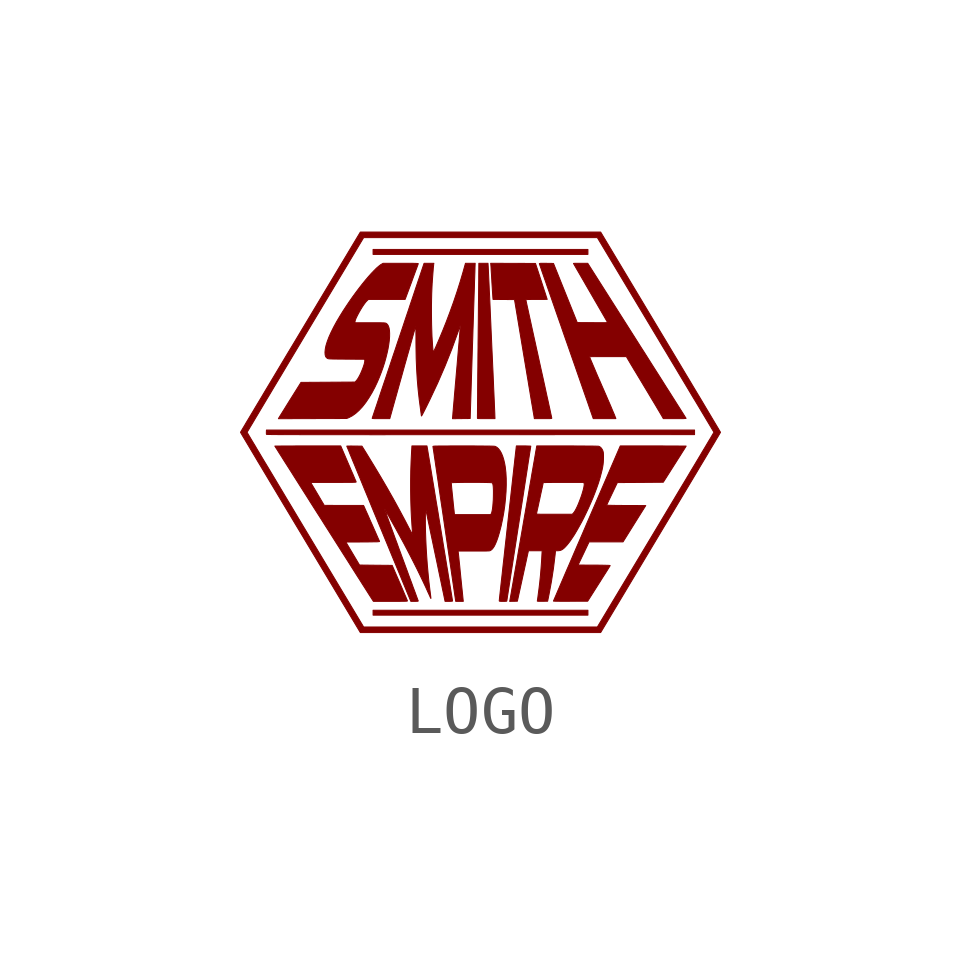
<source format=kicad_sym>
(kicad_symbol_lib
  (version 20210619)
  (generator bitmap2component)
  (symbol "LOGO"
    (pin_names
      (offset 1.016))
    (property "Reference" "#G"
      (at 0 3.531 0)
      (effects (font (size 1.27 1.27)) hide))
    (symbol "LOGO_0_0"
      (polyline (pts (xy 3.749 -2.092) (xy 3.831 -1.955) (xy 3.923 -1.802) (xy 4.013 -1.653) (xy 4.1 -1.507) (xy 4.185 -1.365) (xy 4.267 -1.228) (xy 4.346 -1.096) (xy 4.422 -0.969) (xy 4.494 -0.849) (xy 4.562 -0.734) (xy 4.627 -0.626) (xy 4.687 -0.526) (xy 4.742 -0.433) (xy 4.793 -0.347) (xy 4.839 -0.271) (xy 4.88 -0.203) (xy 4.914 -0.144) (xy 4.944 -0.095) (xy 4.967 -0.056) (xy 4.984 -0.027) (xy 4.994 -0.01) (xy 4.997 -0.003) (xy 4.995 0.002) (xy 4.985 0.018) (xy 4.969 0.045) (xy 4.947 0.083) (xy 4.918 0.131) (xy 4.884 0.188) (xy 4.844 0.255) (xy 4.799 0.331) (xy 4.749 0.415) (xy 4.694 0.507) (xy 4.635 0.607) (xy 4.571 0.714) (xy 4.503 0.827) (xy 4.431 0.947) (xy 4.356 1.073) (xy 4.277 1.204) (xy 4.195 1.341) (xy 4.111 1.482) (xy 4.024 1.627) (xy 3.934 1.777) (xy 3.843 1.929) (xy 3.749 2.085) (xy 2.502 4.166) (xy -2.502 4.166) (xy -3.749 2.085) (xy -3.831 1.948) (xy -3.923 1.795) (xy -4.013 1.646) (xy -4.1 1.5) (xy -4.185 1.358) (xy -4.267 1.221) (xy -4.346 1.089) (xy -4.422 0.962) (xy -4.494 0.842) (xy -4.562 0.727) (xy -4.627 0.619) (xy -4.687 0.519) (xy -4.742 0.426) (xy -4.793 0.341) (xy -4.839 0.264) (xy -4.88 0.196) (xy -4.914 0.137) (xy -4.944 0.088) (xy -4.967 0.049) (xy -4.984 0.021) (xy -4.994 0.003) (xy -4.997 -0.003) (xy -4.859 -0.003) (xy -4.858 -0.001) (xy -4.851 0.012) (xy -4.837 0.035) (xy -4.816 0.07) (xy -4.79 0.115) (xy -4.757 0.169) (xy -4.719 0.233) (xy -4.676 0.306) (xy -4.627 0.387) (xy -4.574 0.477) (xy -4.516 0.574) (xy -4.454 0.678) (xy -4.387 0.789) (xy -4.317 0.907) (xy -4.243 1.031) (xy -4.165 1.16) (xy -4.085 1.294) (xy -4.002 1.433) (xy -3.916 1.576) (xy -3.828 1.723) (xy -3.738 1.873) (xy -3.646 2.027) (xy -2.433 4.05) (xy 2.433 4.05) (xy 3.646 2.027) (xy 3.699 1.939) (xy 3.789 1.787) (xy 3.879 1.639) (xy 3.965 1.494) (xy 4.05 1.353) (xy 4.131 1.217) (xy 4.21 1.085) (xy 4.285 0.96) (xy 4.357 0.839) (xy 4.425 0.725) (xy 4.49 0.618) (xy 4.55 0.518) (xy 4.605 0.425) (xy 4.656 0.34) (xy 4.701 0.264) (xy 4.742 0.196) (xy 4.777 0.137) (xy 4.806 0.088) (xy 4.829 0.049) (xy 4.846 0.021) (xy 4.856 0.003) (xy 4.859 -0.003) (xy 4.858 -0.006) (xy 4.851 -0.018) (xy 4.837 -0.042) (xy 4.816 -0.077) (xy 4.79 -0.122) (xy 4.757 -0.176) (xy 4.719 -0.24) (xy 4.676 -0.313) (xy 4.627 -0.394) (xy 4.574 -0.484) (xy 4.516 -0.581) (xy 4.454 -0.685) (xy 4.387 -0.796) (xy 4.317 -0.914) (xy 4.243 -1.038) (xy 4.165 -1.167) (xy 4.085 -1.301) (xy 4.002 -1.44) (xy 3.916 -1.583) (xy 3.828 -1.73) (xy 3.738 -1.88) (xy 3.646 -2.034) (xy 2.433 -4.057) (xy -2.433 -4.057) (xy -3.646 -2.034) (xy -3.699 -1.946) (xy -3.79 -1.794) (xy -3.879 -1.645) (xy -3.965 -1.501) (xy -4.05 -1.36) (xy -4.131 -1.224) (xy -4.21 -1.092) (xy -4.285 -0.966) (xy -4.357 -0.846) (xy -4.425 -0.732) (xy -4.49 -0.625) (xy -4.55 -0.525) (xy -4.605 -0.432) (xy -4.656 -0.347) (xy -4.701 -0.27) (xy -4.742 -0.203) (xy -4.777 -0.144) (xy -4.806 -0.095) (xy -4.829 -0.056) (xy -4.846 -0.027) (xy -4.856 -0.01) (xy -4.859 -0.003) (xy -4.997 -0.003) (xy -4.995 -0.008) (xy -4.985 -0.025) (xy -4.969 -0.052) (xy -4.947 -0.09) (xy -4.918 -0.138) (xy -4.884 -0.195) (xy -4.844 -0.262) (xy -4.799 -0.338) (xy -4.749 -0.422) (xy -4.694 -0.514) (xy -4.635 -0.614) (xy -4.571 -0.72) (xy -4.503 -0.834) (xy -4.431 -0.954) (xy -4.356 -1.08) (xy -4.277 -1.211) (xy -4.195 -1.348) (xy -4.111 -1.489) (xy -4.024 -1.634) (xy -3.934 -1.784) (xy -3.843 -1.936) (xy -3.749 -2.092) (xy -2.502 -4.173) (xy 2.502 -4.173) (xy 3.749 -2.092)) (stroke (width 0.01)) (fill (type outline)))
      (polyline (pts (xy 2.237 -3.708) (xy -2.237 -3.708) (xy -2.237 -3.81) (xy 2.237 -3.81) (xy 2.237 -3.708)) (stroke (width 0.01)) (fill (type outline)))
      (polyline (pts (xy -1.685 -3.523) (xy -1.638 -3.522) (xy -1.601 -3.522) (xy -1.573 -3.521) (xy -1.552 -3.521) (xy -1.538 -3.519) (xy -1.528 -3.518) (xy -1.523 -3.516) (xy -1.521 -3.514) (xy -1.522 -3.511) (xy -1.524 -3.505) (xy -1.531 -3.488) (xy -1.543 -3.46) (xy -1.559 -3.422) (xy -1.579 -3.377) (xy -1.601 -3.325) (xy -1.626 -3.266) (xy -1.653 -3.203) (xy -1.682 -3.136) (xy -1.839 -2.774) (xy -2.179 -2.771) (xy -2.519 -2.767) (xy -2.661 -2.528) (xy -2.803 -2.288) (xy -2.451 -2.287) (xy -2.415 -2.286) (xy -2.339 -2.286) (xy -2.275 -2.285) (xy -2.223 -2.284) (xy -2.182 -2.284) (xy -2.15 -2.283) (xy -2.127 -2.281) (xy -2.112 -2.28) (xy -2.104 -2.278) (xy -2.102 -2.276) (xy -2.106 -2.266) (xy -2.115 -2.245) (xy -2.129 -2.215) (xy -2.146 -2.176) (xy -2.166 -2.131) (xy -2.188 -2.08) (xy -2.213 -2.025) (xy -2.238 -1.967) (xy -2.264 -1.908) (xy -2.291 -1.849) (xy -2.316 -1.791) (xy -2.34 -1.736) (xy -2.363 -1.685) (xy -2.383 -1.641) (xy -2.4 -1.603) (xy -2.413 -1.573) (xy -2.426 -1.544) (xy -2.436 -1.526) (xy -2.844 -1.526) (xy -3.253 -1.525) (xy -3.394 -1.286) (xy -3.536 -1.047) (xy -2.998 -1.047) (xy -2.915 -1.047) (xy -2.843 -1.046) (xy -2.782 -1.046) (xy -2.732 -1.046) (xy -2.691 -1.046) (xy -2.659 -1.045) (xy -2.634 -1.044) (xy -2.615 -1.043) (xy -2.603 -1.042) (xy -2.595 -1.041) (xy -2.59 -1.039) (xy -2.589 -1.037) (xy -2.589 -1.035) (xy -2.592 -1.028) (xy -2.599 -1.01) (xy -2.612 -0.982) (xy -2.628 -0.944) (xy -2.647 -0.898) (xy -2.67 -0.845) (xy -2.696 -0.786) (xy -2.723 -0.722) (xy -2.752 -0.655) (xy -2.91 -0.287) (xy -3.658 -0.287) (xy -3.751 -0.287) (xy -3.839 -0.287) (xy -3.923 -0.288) (xy -3.999 -0.288) (xy -4.069 -0.288) (xy -4.13 -0.288) (xy -4.183 -0.289) (xy -4.225 -0.289) (xy -4.256 -0.29) (xy -4.276 -0.29) (xy -4.282 -0.29) (xy -4.281 -0.293) (xy -4.272 -0.307) (xy -4.257 -0.331) (xy -4.235 -0.365) (xy -4.208 -0.409) (xy -4.175 -0.461) (xy -4.136 -0.522) (xy -4.093 -0.591) (xy -4.045 -0.666) (xy -3.992 -0.749) (xy -3.936 -0.837) (xy -3.877 -0.931) (xy -3.814 -1.03) (xy -3.749 -1.133) (xy -3.681 -1.24) (xy -3.611 -1.35) (xy -3.54 -1.463) (xy -3.467 -1.578) (xy -3.393 -1.694) (xy -3.318 -1.811) (xy -3.244 -1.929) (xy -3.169 -2.046) (xy -3.095 -2.163) (xy -3.022 -2.278) (xy -2.95 -2.391) (xy -2.88 -2.502) (xy -2.811 -2.61) (xy -2.745 -2.714) (xy -2.682 -2.814) (xy -2.621 -2.91) (xy -2.564 -3) (xy -2.51 -3.084) (xy -2.461 -3.162) (xy -2.416 -3.232) (xy -2.376 -3.295) (xy -2.341 -3.35) (xy -2.312 -3.396) (xy -2.288 -3.433) (xy -2.271 -3.46) (xy -2.26 -3.477) (xy -2.23 -3.523) (xy -1.742 -3.523) (xy -1.685 -3.523)) (stroke (width 0.01)) (fill (type outline)))
      (polyline (pts (xy -1.329 -3.522) (xy -1.308 -3.521) (xy -1.298 -3.518) (xy -1.296 -3.514) (xy -1.296 -3.514) (xy -1.3 -3.505) (xy -1.308 -3.483) (xy -1.32 -3.45) (xy -1.336 -3.407) (xy -1.355 -3.354) (xy -1.378 -3.292) (xy -1.405 -3.221) (xy -1.433 -3.142) (xy -1.465 -3.057) (xy -1.499 -2.965) (xy -1.534 -2.868) (xy -1.572 -2.765) (xy -1.611 -2.659) (xy -1.652 -2.549) (xy -1.659 -2.528) (xy -1.7 -2.419) (xy -1.738 -2.313) (xy -1.776 -2.212) (xy -1.811 -2.116) (xy -1.844 -2.026) (xy -1.875 -1.942) (xy -1.903 -1.865) (xy -1.928 -1.797) (xy -1.95 -1.737) (xy -1.968 -1.686) (xy -1.983 -1.645) (xy -1.994 -1.615) (xy -2 -1.596) (xy -2.002 -1.59) (xy -2 -1.593) (xy -1.992 -1.606) (xy -1.978 -1.629) (xy -1.959 -1.662) (xy -1.937 -1.702) (xy -1.91 -1.748) (xy -1.881 -1.8) (xy -1.85 -1.856) (xy -1.817 -1.915) (xy -1.783 -1.976) (xy -1.749 -2.037) (xy -1.716 -2.098) (xy -1.683 -2.158) (xy -1.652 -2.215) (xy -1.623 -2.268) (xy -1.597 -2.316) (xy -1.529 -2.445) (xy -1.459 -2.58) (xy -1.389 -2.717) (xy -1.321 -2.852) (xy -1.257 -2.984) (xy -1.196 -3.111) (xy -1.14 -3.23) (xy -1.091 -3.34) (xy -1.09 -3.341) (xy -1.073 -3.378) (xy -1.058 -3.411) (xy -1.046 -3.438) (xy -1.038 -3.456) (xy -1.033 -3.463) (xy -1.033 -3.463) (xy -1.033 -3.457) (xy -1.034 -3.439) (xy -1.037 -3.413) (xy -1.041 -3.381) (xy -1.054 -3.28) (xy -1.074 -3.115) (xy -1.091 -2.943) (xy -1.107 -2.767) (xy -1.12 -2.588) (xy -1.131 -2.41) (xy -1.139 -2.235) (xy -1.145 -2.066) (xy -1.148 -1.905) (xy -1.148 -1.754) (xy -1.146 -1.576) (xy -0.948 -2.52) (xy -0.93 -2.605) (xy -0.907 -2.714) (xy -0.885 -2.82) (xy -0.864 -2.921) (xy -0.844 -3.016) (xy -0.825 -3.105) (xy -0.808 -3.186) (xy -0.793 -3.26) (xy -0.779 -3.325) (xy -0.767 -3.381) (xy -0.758 -3.427) (xy -0.751 -3.461) (xy -0.746 -3.484) (xy -0.744 -3.494) (xy -0.738 -3.523) (xy -0.66 -3.523) (xy -0.631 -3.523) (xy -0.605 -3.521) (xy -0.588 -3.519) (xy -0.582 -3.517) (xy -0.582 -3.514) (xy -0.584 -3.499) (xy -0.589 -3.472) (xy -0.595 -3.433) (xy -0.603 -3.383) (xy -0.613 -3.323) (xy -0.624 -3.254) (xy -0.637 -3.176) (xy -0.651 -3.089) (xy -0.667 -2.996) (xy -0.683 -2.895) (xy -0.701 -2.789) (xy -0.719 -2.678) (xy -0.738 -2.562) (xy -0.758 -2.442) (xy -0.778 -2.32) (xy -0.798 -2.195) (xy -0.819 -2.068) (xy -0.84 -1.941) (xy -0.862 -1.813) (xy -0.882 -1.686) (xy -0.903 -1.56) (xy -0.924 -1.436) (xy -0.944 -1.315) (xy -0.963 -1.197) (xy -0.982 -1.083) (xy -1 -0.975) (xy -1.017 -0.871) (xy -1.033 -0.774) (xy -1.048 -0.684) (xy -1.062 -0.602) (xy -1.074 -0.528) (xy -1.085 -0.464) (xy -1.094 -0.409) (xy -1.101 -0.365) (xy -1.107 -0.332) (xy -1.11 -0.311) (xy -1.112 -0.303) (xy -1.115 -0.287) (xy -1.428 -0.287) (xy -1.432 -0.357) (xy -1.435 -0.405) (xy -1.445 -0.6) (xy -1.452 -0.802) (xy -1.455 -1.007) (xy -1.455 -1.212) (xy -1.452 -1.415) (xy -1.446 -1.61) (xy -1.437 -1.796) (xy -1.436 -1.799) (xy -1.432 -1.867) (xy -1.428 -1.931) (xy -1.424 -1.989) (xy -1.42 -2.039) (xy -1.417 -2.079) (xy -1.414 -2.11) (xy -1.412 -2.127) (xy -1.413 -2.13) (xy -1.42 -2.121) (xy -1.432 -2.101) (xy -1.45 -2.07) (xy -1.472 -2.029) (xy -1.499 -1.977) (xy -1.56 -1.859) (xy -1.681 -1.632) (xy -1.806 -1.404) (xy -1.938 -1.171) (xy -2.077 -0.933) (xy -2.224 -0.688) (xy -2.379 -0.434) (xy -2.468 -0.291) (xy -2.626 -0.289) (xy -2.653 -0.289) (xy -2.695 -0.288) (xy -2.731 -0.289) (xy -2.759 -0.289) (xy -2.778 -0.29) (xy -2.784 -0.291) (xy -2.784 -0.293) (xy -2.779 -0.305) (xy -2.754 -0.364) (xy -2.735 -0.41) (xy -2.713 -0.466) (xy -2.686 -0.53) (xy -2.656 -0.604) (xy -2.622 -0.685) (xy -2.586 -0.773) (xy -2.547 -0.868) (xy -2.505 -0.969) (xy -2.461 -1.076) (xy -2.416 -1.187) (xy -2.368 -1.302) (xy -2.319 -1.421) (xy -2.269 -1.543) (xy -2.218 -1.667) (xy -2.166 -1.792) (xy -2.114 -1.919) (xy -2.061 -2.045) (xy -2.009 -2.172) (xy -1.957 -2.297) (xy -1.906 -2.421) (xy -1.856 -2.543) (xy -1.807 -2.662) (xy -1.759 -2.777) (xy -1.713 -2.889) (xy -1.669 -2.995) (xy -1.627 -3.097) (xy -1.588 -3.192) (xy -1.551 -3.281) (xy -1.518 -3.362) (xy -1.487 -3.436) (xy -1.46 -3.501) (xy -1.451 -3.523) (xy -1.36 -3.523) (xy -1.329 -3.522)) (stroke (width 0.01)) (fill (type outline)))
      (polyline (pts (xy -0.36 -3.504) (xy -0.361 -3.499) (xy -0.363 -3.481) (xy -0.366 -3.451) (xy -0.37 -3.41) (xy -0.375 -3.36) (xy -0.381 -3.302) (xy -0.388 -3.237) (xy -0.395 -3.166) (xy -0.403 -3.09) (xy -0.411 -3.01) (xy -0.416 -2.958) (xy -0.424 -2.88) (xy -0.431 -2.806) (xy -0.438 -2.738) (xy -0.445 -2.676) (xy -0.45 -2.622) (xy -0.455 -2.576) (xy -0.459 -2.541) (xy -0.461 -2.517) (xy -0.463 -2.506) (xy -0.467 -2.476) (xy -0.139 -2.476) (xy -0.066 -2.476) (xy -0.002 -2.476) (xy 0.05 -2.476) (xy 0.091 -2.476) (xy 0.124 -2.475) (xy 0.15 -2.474) (xy 0.169 -2.473) (xy 0.183 -2.472) (xy 0.194 -2.47) (xy 0.201 -2.467) (xy 0.207 -2.465) (xy 0.213 -2.461) (xy 0.236 -2.444) (xy 0.262 -2.414) (xy 0.288 -2.375) (xy 0.313 -2.324) (xy 0.339 -2.261) (xy 0.365 -2.186) (xy 0.394 -2.09) (xy 0.429 -1.956) (xy 0.459 -1.816) (xy 0.485 -1.672) (xy 0.506 -1.527) (xy 0.521 -1.381) (xy 0.532 -1.238) (xy 0.537 -1.099) (xy 0.536 -0.966) (xy 0.529 -0.841) (xy 0.516 -0.726) (xy 0.506 -0.667) (xy 0.487 -0.583) (xy 0.464 -0.507) (xy 0.438 -0.442) (xy 0.408 -0.388) (xy 0.375 -0.345) (xy 0.34 -0.314) (xy 0.303 -0.295) (xy 0.299 -0.295) (xy 0.286 -0.293) (xy 0.266 -0.292) (xy 0.237 -0.291) (xy 0.2 -0.29) (xy 0.153 -0.289) (xy 0.096 -0.289) (xy 0.029 -0.288) (xy -0.05 -0.288) (xy -0.14 -0.287) (xy -0.243 -0.287) (xy -0.359 -0.287) (xy -0.444 -0.287) (xy -0.541 -0.287) (xy -0.626 -0.287) (xy -0.7 -0.288) (xy -0.763 -0.288) (xy -0.817 -0.288) (xy -0.861 -0.288) (xy -0.898 -0.289) (xy -0.926 -0.29) (xy -0.949 -0.29) (xy -0.965 -0.291) (xy -0.977 -0.293) (xy -0.985 -0.294) (xy -0.989 -0.295) (xy -0.99 -0.297) (xy -0.991 -0.299) (xy -0.989 -0.305) (xy -0.987 -0.325) (xy -0.982 -0.356) (xy -0.975 -0.4) (xy -0.967 -0.455) (xy -0.958 -0.52) (xy -0.946 -0.595) (xy -0.934 -0.68) (xy -0.92 -0.774) (xy -0.905 -0.876) (xy -0.889 -0.985) (xy -0.878 -1.055) (xy -0.609 -1.055) (xy -0.609 -1.055) (xy -0.599 -1.053) (xy -0.577 -1.051) (xy -0.545 -1.05) (xy -0.504 -1.049) (xy -0.455 -1.048) (xy -0.4 -1.047) (xy -0.34 -1.046) (xy -0.277 -1.046) (xy -0.211 -1.046) (xy -0.145 -1.046) (xy -0.08 -1.046) (xy -0.017 -1.046) (xy 0.043 -1.047) (xy 0.097 -1.048) (xy 0.145 -1.049) (xy 0.186 -1.05) (xy 0.217 -1.052) (xy 0.237 -1.054) (xy 0.245 -1.056) (xy 0.253 -1.069) (xy 0.259 -1.091) (xy 0.264 -1.121) (xy 0.267 -1.161) (xy 0.269 -1.212) (xy 0.269 -1.276) (xy 0.268 -1.336) (xy 0.266 -1.411) (xy 0.261 -1.48) (xy 0.256 -1.543) (xy 0.249 -1.599) (xy 0.241 -1.644) (xy 0.232 -1.679) (xy 0.222 -1.702) (xy 0.212 -1.717) (xy -0.54 -1.717) (xy -0.543 -1.702) (xy -0.544 -1.7) (xy -0.545 -1.688) (xy -0.548 -1.663) (xy -0.551 -1.629) (xy -0.556 -1.587) (xy -0.561 -1.539) (xy -0.567 -1.485) (xy -0.572 -1.429) (xy -0.578 -1.371) (xy -0.584 -1.313) (xy -0.59 -1.257) (xy -0.595 -1.205) (xy -0.6 -1.158) (xy -0.603 -1.117) (xy -0.606 -1.086) (xy -0.608 -1.065) (xy -0.609 -1.055) (xy -0.878 -1.055) (xy -0.872 -1.102) (xy -0.854 -1.225) (xy -0.835 -1.354) (xy -0.815 -1.488) (xy -0.794 -1.627) (xy -0.773 -1.77) (xy -0.752 -1.917) (xy -0.516 -3.523) (xy -0.358 -3.523) (xy -0.36 -3.504)) (stroke (width 0.01)) (fill (type outline)))
      (polyline (pts (xy 0.498 -3.523) (xy 0.523 -3.522) (xy 0.541 -3.52) (xy 0.547 -3.519) (xy 0.548 -3.513) (xy 0.551 -3.494) (xy 0.556 -3.462) (xy 0.562 -3.419) (xy 0.571 -3.365) (xy 0.581 -3.3) (xy 0.593 -3.224) (xy 0.606 -3.14) (xy 0.62 -3.047) (xy 0.636 -2.945) (xy 0.653 -2.836) (xy 0.671 -2.719) (xy 0.69 -2.596) (xy 0.71 -2.467) (xy 0.731 -2.333) (xy 0.752 -2.195) (xy 0.774 -2.051) (xy 0.797 -1.905) (xy 0.818 -1.77) (xy 0.84 -1.626) (xy 0.862 -1.487) (xy 0.883 -1.353) (xy 0.903 -1.223) (xy 0.922 -1.1) (xy 0.94 -0.983) (xy 0.957 -0.873) (xy 0.973 -0.771) (xy 0.987 -0.677) (xy 1 -0.592) (xy 1.012 -0.516) (xy 1.022 -0.45) (xy 1.031 -0.395) (xy 1.038 -0.351) (xy 1.043 -0.318) (xy 1.046 -0.298) (xy 1.047 -0.291) (xy 1.045 -0.291) (xy 1.034 -0.29) (xy 1.011 -0.289) (xy 0.979 -0.288) (xy 0.941 -0.287) (xy 0.897 -0.287) (xy 0.747 -0.287) (xy 0.743 -0.316) (xy 0.743 -0.317) (xy 0.742 -0.329) (xy 0.739 -0.354) (xy 0.735 -0.39) (xy 0.729 -0.438) (xy 0.723 -0.496) (xy 0.715 -0.564) (xy 0.707 -0.641) (xy 0.697 -0.726) (xy 0.687 -0.819) (xy 0.676 -0.918) (xy 0.664 -1.024) (xy 0.652 -1.135) (xy 0.639 -1.25) (xy 0.626 -1.37) (xy 0.612 -1.492) (xy 0.598 -1.617) (xy 0.584 -1.744) (xy 0.57 -1.871) (xy 0.556 -1.999) (xy 0.542 -2.127) (xy 0.528 -2.253) (xy 0.514 -2.377) (xy 0.501 -2.499) (xy 0.488 -2.617) (xy 0.475 -2.731) (xy 0.463 -2.84) (xy 0.452 -2.944) (xy 0.441 -3.041) (xy 0.431 -3.131) (xy 0.422 -3.214) (xy 0.414 -3.288) (xy 0.407 -3.352) (xy 0.401 -3.407) (xy 0.396 -3.451) (xy 0.393 -3.484) (xy 0.391 -3.505) (xy 0.39 -3.512) (xy 0.392 -3.517) (xy 0.398 -3.52) (xy 0.411 -3.522) (xy 0.434 -3.523) (xy 0.469 -3.523) (xy 0.498 -3.523)) (stroke (width 0.01)) (fill (type outline)))
      (polyline (pts (xy 0.688 -3.522) (xy 0.768 -3.52) (xy 0.879 -3.013) (xy 0.88 -3.008) (xy 0.898 -2.926) (xy 0.915 -2.849) (xy 0.931 -2.776) (xy 0.946 -2.709) (xy 0.959 -2.648) (xy 0.97 -2.596) (xy 0.98 -2.553) (xy 0.987 -2.52) (xy 0.992 -2.498) (xy 0.994 -2.488) (xy 0.999 -2.47) (xy 1.284 -2.47) (xy 1.281 -2.509) (xy 1.28 -2.531) (xy 1.271 -2.692) (xy 1.26 -2.842) (xy 1.248 -2.985) (xy 1.234 -3.123) (xy 1.218 -3.258) (xy 1.2 -3.393) (xy 1.196 -3.427) (xy 1.191 -3.462) (xy 1.187 -3.49) (xy 1.184 -3.51) (xy 1.183 -3.518) (xy 1.186 -3.519) (xy 1.2 -3.521) (xy 1.223 -3.522) (xy 1.254 -3.522) (xy 1.291 -3.522) (xy 1.398 -3.52) (xy 1.427 -3.377) (xy 1.476 -3.116) (xy 1.519 -2.837) (xy 1.554 -2.55) (xy 1.562 -2.47) (xy 1.607 -2.47) (xy 1.619 -2.469) (xy 1.655 -2.465) (xy 1.687 -2.453) (xy 1.698 -2.447) (xy 1.733 -2.422) (xy 1.771 -2.385) (xy 1.813 -2.337) (xy 1.858 -2.28) (xy 1.904 -2.213) (xy 1.953 -2.139) (xy 2.002 -2.057) (xy 2.052 -1.969) (xy 2.103 -1.877) (xy 2.153 -1.78) (xy 2.202 -1.679) (xy 2.25 -1.577) (xy 2.296 -1.473) (xy 2.341 -1.368) (xy 2.382 -1.264) (xy 2.42 -1.162) (xy 2.455 -1.062) (xy 2.485 -0.965) (xy 2.51 -0.872) (xy 2.517 -0.845) (xy 2.533 -0.781) (xy 2.544 -0.726) (xy 2.552 -0.676) (xy 2.557 -0.629) (xy 2.56 -0.582) (xy 2.561 -0.53) (xy 2.561 -0.529) (xy 2.561 -0.485) (xy 2.56 -0.453) (xy 2.558 -0.428) (xy 2.554 -0.409) (xy 2.549 -0.391) (xy 2.537 -0.364) (xy 2.516 -0.332) (xy 2.49 -0.308) (xy 2.464 -0.294) (xy 2.455 -0.293) (xy 2.433 -0.292) (xy 2.397 -0.291) (xy 2.349 -0.29) (xy 2.288 -0.289) (xy 2.214 -0.289) (xy 2.129 -0.288) (xy 2.032 -0.288) (xy 1.924 -0.287) (xy 1.805 -0.287) (xy 1.171 -0.287) (xy 1.167 -0.31) (xy 1.166 -0.315) (xy 1.163 -0.334) (xy 1.158 -0.365) (xy 1.15 -0.407) (xy 1.141 -0.462) (xy 1.13 -0.526) (xy 1.117 -0.601) (xy 1.102 -0.685) (xy 1.086 -0.778) (xy 1.068 -0.879) (xy 1.05 -0.988) (xy 1.029 -1.104) (xy 1.008 -1.226) (xy 0.986 -1.354) (xy 0.963 -1.487) (xy 0.939 -1.625) (xy 0.926 -1.701) (xy 1.165 -1.701) (xy 1.165 -1.698) (xy 1.167 -1.693) (xy 1.171 -1.676) (xy 1.177 -1.648) (xy 1.185 -1.611) (xy 1.195 -1.567) (xy 1.206 -1.518) (xy 1.217 -1.464) (xy 1.23 -1.408) (xy 1.242 -1.351) (xy 1.254 -1.294) (xy 1.266 -1.24) (xy 1.277 -1.19) (xy 1.287 -1.145) (xy 1.295 -1.107) (xy 1.301 -1.077) (xy 1.305 -1.058) (xy 1.307 -1.051) (xy 1.307 -1.051) (xy 1.315 -1.05) (xy 1.335 -1.049) (xy 1.367 -1.049) (xy 1.409 -1.048) (xy 1.459 -1.048) (xy 1.518 -1.047) (xy 1.583 -1.047) (xy 1.653 -1.047) (xy 2.148 -1.047) (xy 2.156 -1.064) (xy 2.157 -1.065) (xy 2.16 -1.085) (xy 2.157 -1.116) (xy 2.15 -1.155) (xy 2.139 -1.202) (xy 2.124 -1.254) (xy 2.107 -1.31) (xy 2.087 -1.367) (xy 2.065 -1.425) (xy 2.043 -1.482) (xy 2.02 -1.536) (xy 1.997 -1.584) (xy 1.975 -1.626) (xy 1.954 -1.66) (xy 1.935 -1.684) (xy 1.911 -1.71) (xy 1.45 -1.71) (xy 1.382 -1.71) (xy 1.326 -1.71) (xy 1.28 -1.71) (xy 1.244 -1.709) (xy 1.216 -1.708) (xy 1.196 -1.708) (xy 1.181 -1.706) (xy 1.172 -1.705) (xy 1.167 -1.703) (xy 1.165 -1.701) (xy 0.926 -1.701) (xy 0.914 -1.767) (xy 0.889 -1.912) (xy 0.87 -2.024) (xy 0.845 -2.167) (xy 0.821 -2.305) (xy 0.797 -2.44) (xy 0.775 -2.569) (xy 0.754 -2.692) (xy 0.733 -2.809) (xy 0.714 -2.919) (xy 0.696 -3.021) (xy 0.68 -3.116) (xy 0.665 -3.202) (xy 0.651 -3.278) (xy 0.64 -3.345) (xy 0.63 -3.401) (xy 0.622 -3.446) (xy 0.616 -3.479) (xy 0.613 -3.5) (xy 0.611 -3.508) (xy 0.607 -3.523) (xy 0.688 -3.522)) (stroke (width 0.01)) (fill (type outline)))
      (polyline (pts (xy 1.807 -3.522) (xy 1.875 -3.521) (xy 2.232 -3.52) (xy 2.464 -3.154) (xy 2.474 -3.139) (xy 2.514 -3.075) (xy 2.552 -3.015) (xy 2.587 -2.96) (xy 2.619 -2.91) (xy 2.646 -2.867) (xy 2.668 -2.831) (xy 2.685 -2.804) (xy 2.696 -2.786) (xy 2.7 -2.779) (xy 2.7 -2.779) (xy 2.697 -2.777) (xy 2.688 -2.775) (xy 2.671 -2.774) (xy 2.647 -2.772) (xy 2.613 -2.772) (xy 2.569 -2.771) (xy 2.514 -2.77) (xy 2.447 -2.769) (xy 2.368 -2.769) (xy 2.032 -2.767) (xy 2.147 -2.526) (xy 2.261 -2.285) (xy 2.615 -2.285) (xy 2.968 -2.285) (xy 3.204 -1.907) (xy 3.441 -1.529) (xy 3.034 -1.527) (xy 2.963 -1.527) (xy 2.894 -1.526) (xy 2.83 -1.526) (xy 2.773 -1.525) (xy 2.724 -1.524) (xy 2.683 -1.523) (xy 2.653 -1.522) (xy 2.634 -1.521) (xy 2.627 -1.52) (xy 2.627 -1.52) (xy 2.631 -1.512) (xy 2.64 -1.492) (xy 2.653 -1.464) (xy 2.67 -1.427) (xy 2.691 -1.384) (xy 2.714 -1.335) (xy 2.739 -1.283) (xy 2.85 -1.05) (xy 3.328 -1.047) (xy 3.806 -1.043) (xy 4.044 -0.668) (xy 4.059 -0.645) (xy 4.099 -0.581) (xy 4.137 -0.522) (xy 4.172 -0.467) (xy 4.203 -0.417) (xy 4.23 -0.375) (xy 4.252 -0.34) (xy 4.269 -0.313) (xy 4.279 -0.296) (xy 4.282 -0.29) (xy 4.28 -0.29) (xy 4.265 -0.29) (xy 4.238 -0.289) (xy 4.199 -0.289) (xy 4.151 -0.289) (xy 4.092 -0.288) (xy 4.026 -0.288) (xy 3.951 -0.288) (xy 3.87 -0.288) (xy 3.784 -0.287) (xy 3.692 -0.287) (xy 3.596 -0.287) (xy 2.91 -0.287) (xy 2.214 -1.9) (xy 2.177 -1.987) (xy 2.117 -2.127) (xy 2.058 -2.263) (xy 2.001 -2.394) (xy 1.946 -2.522) (xy 1.894 -2.644) (xy 1.844 -2.76) (xy 1.796 -2.87) (xy 1.752 -2.973) (xy 1.711 -3.069) (xy 1.673 -3.157) (xy 1.639 -3.237) (xy 1.608 -3.308) (xy 1.582 -3.37) (xy 1.56 -3.421) (xy 1.542 -3.462) (xy 1.529 -3.493) (xy 1.521 -3.511) (xy 1.519 -3.518) (xy 1.52 -3.518) (xy 1.531 -3.519) (xy 1.555 -3.52) (xy 1.589 -3.521) (xy 1.633 -3.521) (xy 1.684 -3.522) (xy 1.743 -3.522) (xy 1.807 -3.522)) (stroke (width 0.01)) (fill (type outline)))
      (polyline (pts (xy -1.834 -0.053) (xy -1.373 -0.053) (xy -1.123 -0.053) (xy -0.862 -0.053) (xy -0.587 -0.053) (xy -0.299 -0.053) (xy 0.002 -0.053) (xy 4.457 -0.051) (xy 4.457 0.044) (xy -4.457 0.044) (xy -4.459 0.004) (xy -4.459 -0.014) (xy -4.459 -0.034) (xy -4.457 -0.045) (xy -4.457 -0.046) (xy -4.453 -0.046) (xy -4.445 -0.047) (xy -4.434 -0.048) (xy -4.418 -0.048) (xy -4.399 -0.049) (xy -4.374 -0.049) (xy -4.344 -0.05) (xy -4.309 -0.05) (xy -4.268 -0.05) (xy -4.222 -0.051) (xy -4.169 -0.051) (xy -4.11 -0.051) (xy -4.044 -0.052) (xy -3.971 -0.052) (xy -3.891 -0.052) (xy -3.803 -0.052) (xy -3.707 -0.053) (xy -3.603 -0.053) (xy -3.49 -0.053) (xy -3.369 -0.053) (xy -3.239 -0.053) (xy -3.099 -0.053) (xy -2.949 -0.053) (xy -2.79 -0.053) (xy -2.441 -0.053) (xy -2.25 -0.054) (xy -2.048 -0.054) (xy -1.834 -0.053)) (stroke (width 0.01)) (fill (type outline)))
      (polyline (pts (xy -3.498 0.282) (xy -2.788 0.284) (xy -2.749 0.299) (xy -2.738 0.304) (xy -2.668 0.341) (xy -2.598 0.391) (xy -2.528 0.454) (xy -2.458 0.529) (xy -2.39 0.616) (xy -2.324 0.714) (xy -2.259 0.822) (xy -2.196 0.941) (xy -2.191 0.952) (xy -2.145 1.05) (xy -2.103 1.149) (xy -2.064 1.25) (xy -2.028 1.351) (xy -1.996 1.451) (xy -1.969 1.549) (xy -1.945 1.645) (xy -1.925 1.737) (xy -1.91 1.825) (xy -1.899 1.908) (xy -1.893 1.985) (xy -1.892 2.054) (xy -1.895 2.116) (xy -1.904 2.169) (xy -1.919 2.212) (xy -1.938 2.244) (xy -1.963 2.265) (xy -1.969 2.268) (xy -1.976 2.271) (xy -1.986 2.272) (xy -1.999 2.274) (xy -2.018 2.276) (xy -2.042 2.276) (xy -2.074 2.277) (xy -2.114 2.278) (xy -2.165 2.278) (xy -2.226 2.278) (xy -2.613 2.278) (xy -2.613 2.3) (xy -2.612 2.309) (xy -2.605 2.334) (xy -2.592 2.369) (xy -2.573 2.409) (xy -2.55 2.454) (xy -2.524 2.502) (xy -2.496 2.55) (xy -2.467 2.598) (xy -2.438 2.642) (xy -2.41 2.681) (xy -2.385 2.713) (xy -2.363 2.736) (xy -2.333 2.764) (xy -1.569 2.764) (xy -1.433 3.131) (xy -1.414 3.184) (xy -1.39 3.249) (xy -1.368 3.309) (xy -1.348 3.364) (xy -1.33 3.411) (xy -1.316 3.45) (xy -1.305 3.48) (xy -1.298 3.5) (xy -1.295 3.508) (xy -1.296 3.509) (xy -1.302 3.511) (xy -1.314 3.512) (xy -1.334 3.513) (xy -1.363 3.514) (xy -1.4 3.515) (xy -1.448 3.515) (xy -1.506 3.516) (xy -1.577 3.516) (xy -1.66 3.516) (xy -2.028 3.516) (xy -2.062 3.496) (xy -2.077 3.488) (xy -2.117 3.457) (xy -2.164 3.417) (xy -2.215 3.366) (xy -2.272 3.307) (xy -2.332 3.24) (xy -2.395 3.166) (xy -2.46 3.086) (xy -2.527 3) (xy -2.595 2.91) (xy -2.663 2.817) (xy -2.73 2.721) (xy -2.796 2.623) (xy -2.861 2.524) (xy -2.927 2.417) (xy -2.998 2.297) (xy -3.06 2.183) (xy -3.113 2.076) (xy -3.157 1.978) (xy -3.191 1.887) (xy -3.217 1.804) (xy -3.232 1.73) (xy -3.238 1.666) (xy -3.238 1.654) (xy -3.235 1.611) (xy -3.226 1.578) (xy -3.211 1.554) (xy -3.188 1.536) (xy -3.186 1.535) (xy -3.18 1.532) (xy -3.173 1.53) (xy -3.164 1.528) (xy -3.151 1.526) (xy -3.134 1.525) (xy -3.111 1.524) (xy -3.081 1.523) (xy -3.043 1.522) (xy -2.996 1.522) (xy -2.939 1.521) (xy -2.871 1.521) (xy -2.789 1.52) (xy -2.415 1.518) (xy -2.41 1.5) (xy -2.409 1.484) (xy -2.413 1.454) (xy -2.422 1.416) (xy -2.436 1.372) (xy -2.453 1.325) (xy -2.473 1.275) (xy -2.494 1.226) (xy -2.517 1.179) (xy -2.54 1.137) (xy -2.562 1.102) (xy -2.583 1.075) (xy -2.612 1.043) (xy -3.738 1.036) (xy -3.963 0.677) (xy -3.967 0.671) (xy -4.006 0.608) (xy -4.044 0.547) (xy -4.079 0.49) (xy -4.111 0.439) (xy -4.139 0.394) (xy -4.162 0.357) (xy -4.18 0.328) (xy -4.192 0.308) (xy -4.198 0.299) (xy -4.208 0.28) (xy -3.498 0.282)) (stroke (width 0.01)) (fill (type outline)))
      (polyline (pts (xy -0.399 0.282) (xy -0.215 0.284) (xy -0.167 1.802) (xy -0.166 1.831) (xy -0.161 1.975) (xy -0.157 2.116) (xy -0.152 2.253) (xy -0.148 2.386) (xy -0.144 2.514) (xy -0.14 2.637) (xy -0.136 2.753) (xy -0.133 2.862) (xy -0.129 2.963) (xy -0.126 3.056) (xy -0.124 3.14) (xy -0.121 3.215) (xy -0.119 3.279) (xy -0.117 3.332) (xy -0.116 3.373) (xy -0.115 3.403) (xy -0.115 3.419) (xy -0.111 3.516) (xy -0.313 3.516) (xy -0.342 3.412) (xy -0.364 3.333) (xy -0.424 3.13) (xy -0.49 2.921) (xy -0.561 2.71) (xy -0.636 2.502) (xy -0.712 2.3) (xy -0.789 2.107) (xy -0.806 2.067) (xy -0.825 2.021) (xy -0.846 1.972) (xy -0.867 1.921) (xy -0.889 1.87) (xy -0.91 1.822) (xy -0.929 1.777) (xy -0.947 1.738) (xy -0.961 1.706) (xy -0.972 1.683) (xy -0.978 1.671) (xy -0.979 1.668) (xy -0.982 1.667) (xy -0.984 1.671) (xy -0.986 1.682) (xy -0.989 1.699) (xy -0.991 1.724) (xy -0.994 1.759) (xy -0.998 1.804) (xy -1.001 1.861) (xy -1.006 1.93) (xy -1.01 1.995) (xy -1.014 2.109) (xy -1.018 2.232) (xy -1.02 2.361) (xy -1.021 2.493) (xy -1.021 2.626) (xy -1.019 2.757) (xy -1.016 2.883) (xy -1.011 3.001) (xy -1.006 3.108) (xy -1.005 3.11) (xy -1.002 3.16) (xy -0.998 3.213) (xy -0.994 3.267) (xy -0.99 3.32) (xy -0.986 3.369) (xy -0.983 3.413) (xy -0.979 3.45) (xy -0.976 3.478) (xy -0.975 3.494) (xy -0.971 3.516) (xy -1.175 3.516) (xy -1.274 3.22) (xy -1.283 3.194) (xy -1.301 3.141) (xy -1.322 3.078) (xy -1.346 3.007) (xy -1.372 2.928) (xy -1.401 2.841) (xy -1.432 2.748) (xy -1.466 2.648) (xy -1.5 2.544) (xy -1.537 2.435) (xy -1.575 2.322) (xy -1.613 2.207) (xy -1.653 2.088) (xy -1.693 1.969) (xy -1.734 1.848) (xy -1.774 1.726) (xy -1.815 1.606) (xy -1.855 1.486) (xy -1.894 1.368) (xy -1.933 1.252) (xy -1.97 1.14) (xy -2.007 1.032) (xy -2.042 0.928) (xy -2.075 0.83) (xy -2.106 0.737) (xy -2.134 0.651) (xy -2.16 0.573) (xy -2.184 0.502) (xy -2.205 0.441) (xy -2.222 0.389) (xy -2.236 0.347) (xy -2.247 0.316) (xy -2.253 0.296) (xy -2.256 0.289) (xy -2.255 0.287) (xy -2.248 0.285) (xy -2.233 0.283) (xy -2.209 0.282) (xy -2.176 0.281) (xy -2.131 0.281) (xy -2.074 0.281) (xy -1.889 0.281) (xy -1.881 0.309) (xy -1.879 0.317) (xy -1.873 0.338) (xy -1.864 0.37) (xy -1.852 0.412) (xy -1.838 0.464) (xy -1.821 0.525) (xy -1.802 0.593) (xy -1.781 0.668) (xy -1.758 0.749) (xy -1.734 0.835) (xy -1.709 0.925) (xy -1.683 1.018) (xy -1.656 1.114) (xy -1.629 1.211) (xy -1.602 1.308) (xy -1.575 1.405) (xy -1.548 1.5) (xy -1.522 1.593) (xy -1.496 1.683) (xy -1.472 1.769) (xy -1.45 1.85) (xy -1.429 1.925) (xy -1.41 1.993) (xy -1.393 2.054) (xy -1.378 2.105) (xy -1.366 2.148) (xy -1.357 2.179) (xy -1.351 2.2) (xy -1.349 2.208) (xy -1.349 2.208) (xy -1.348 2.199) (xy -1.347 2.179) (xy -1.346 2.147) (xy -1.345 2.106) (xy -1.345 2.056) (xy -1.344 2) (xy -1.344 1.937) (xy -1.344 1.869) (xy -1.343 1.758) (xy -1.339 1.53) (xy -1.33 1.312) (xy -1.317 1.099) (xy -1.299 0.89) (xy -1.276 0.68) (xy -1.248 0.468) (xy -1.244 0.436) (xy -1.239 0.4) (xy -1.235 0.371) (xy -1.232 0.35) (xy -1.231 0.341) (xy -1.231 0.34) (xy -1.23 0.337) (xy -1.228 0.338) (xy -1.223 0.344) (xy -1.215 0.357) (xy -1.204 0.377) (xy -1.19 0.405) (xy -1.17 0.443) (xy -1.146 0.491) (xy -1.116 0.551) (xy -1.058 0.669) (xy -0.891 1.024) (xy -0.738 1.377) (xy -0.598 1.728) (xy -0.471 2.078) (xy -0.464 2.099) (xy -0.45 2.139) (xy -0.438 2.172) (xy -0.428 2.199) (xy -0.422 2.215) (xy -0.419 2.221) (xy -0.419 2.217) (xy -0.42 2.201) (xy -0.423 2.172) (xy -0.426 2.132) (xy -0.43 2.081) (xy -0.435 2.02) (xy -0.441 1.95) (xy -0.447 1.872) (xy -0.455 1.786) (xy -0.463 1.693) (xy -0.471 1.594) (xy -0.48 1.49) (xy -0.489 1.381) (xy -0.499 1.268) (xy -0.506 1.19) (xy -0.515 1.079) (xy -0.525 0.972) (xy -0.533 0.871) (xy -0.542 0.775) (xy -0.549 0.685) (xy -0.556 0.603) (xy -0.563 0.529) (xy -0.568 0.464) (xy -0.573 0.408) (xy -0.576 0.363) (xy -0.579 0.33) (xy -0.581 0.308) (xy -0.582 0.299) (xy -0.582 0.28) (xy -0.399 0.282)) (stroke (width 0.01)) (fill (type outline)))
      (polyline (pts (xy 0.301 0.307) (xy 0.3 0.321) (xy 0.299 0.347) (xy 0.298 0.385) (xy 0.296 0.434) (xy 0.293 0.494) (xy 0.29 0.564) (xy 0.287 0.642) (xy 0.283 0.729) (xy 0.279 0.823) (xy 0.274 0.924) (xy 0.27 1.03) (xy 0.265 1.143) (xy 0.26 1.259) (xy 0.254 1.379) (xy 0.249 1.503) (xy 0.243 1.628) (xy 0.237 1.755) (xy 0.226 2.01) (xy 0.22 2.137) (xy 0.215 2.263) (xy 0.209 2.386) (xy 0.204 2.506) (xy 0.199 2.622) (xy 0.194 2.734) (xy 0.189 2.841) (xy 0.184 2.941) (xy 0.18 3.035) (xy 0.176 3.122) (xy 0.172 3.2) (xy 0.169 3.269) (xy 0.166 3.328) (xy 0.164 3.377) (xy 0.162 3.414) (xy 0.161 3.44) (xy 0.16 3.453) (xy 0.156 3.516) (xy -0.034 3.516) (xy -0.035 3.456) (xy -0.035 3.453) (xy -0.035 3.434) (xy -0.035 3.404) (xy -0.036 3.361) (xy -0.037 3.241) (xy -0.037 3.165) (xy -0.038 3.08) (xy -0.039 2.986) (xy -0.04 2.884) (xy -0.041 2.774) (xy -0.043 2.657) (xy -0.044 2.534) (xy -0.045 2.405) (xy -0.046 2.27) (xy -0.048 2.132) (xy -0.049 1.989) (xy -0.051 1.844) (xy -0.051 1.771) (xy -0.053 1.628) (xy -0.054 1.488) (xy -0.055 1.354) (xy -0.057 1.224) (xy -0.058 1.101) (xy -0.059 0.983) (xy -0.06 0.873) (xy -0.06 0.77) (xy -0.061 0.675) (xy -0.062 0.589) (xy -0.062 0.513) (xy -0.063 0.446) (xy -0.063 0.391) (xy -0.064 0.346) (xy -0.064 0.313) (xy -0.064 0.293) (xy -0.063 0.286) (xy -0.057 0.284) (xy -0.038 0.283) (xy -0.009 0.282) (xy 0.028 0.281) (xy 0.072 0.281) (xy 0.12 0.281) (xy 0.301 0.281) (xy 0.301 0.307)) (stroke (width 0.01)) (fill (type outline)))
      (polyline (pts (xy 1.371 0.281) (xy 1.412 0.281) (xy 1.442 0.282) (xy 1.463 0.283) (xy 1.476 0.285) (xy 1.482 0.287) (xy 1.484 0.29) (xy 1.484 0.294) (xy 1.48 0.311) (xy 1.474 0.34) (xy 1.465 0.381) (xy 1.454 0.432) (xy 1.441 0.494) (xy 1.425 0.565) (xy 1.408 0.645) (xy 1.388 0.733) (xy 1.367 0.829) (xy 1.345 0.932) (xy 1.321 1.041) (xy 1.296 1.155) (xy 1.269 1.275) (xy 1.242 1.398) (xy 1.214 1.525) (xy 1.194 1.618) (xy 1.166 1.742) (xy 1.14 1.863) (xy 1.114 1.979) (xy 1.09 2.089) (xy 1.067 2.193) (xy 1.046 2.291) (xy 1.026 2.381) (xy 1.008 2.463) (xy 0.992 2.537) (xy 0.978 2.601) (xy 0.966 2.655) (xy 0.957 2.698) (xy 0.95 2.73) (xy 0.946 2.75) (xy 0.944 2.757) (xy 0.944 2.757) (xy 0.953 2.759) (xy 0.974 2.761) (xy 1.007 2.762) (xy 1.051 2.763) (xy 1.104 2.764) (xy 1.166 2.764) (xy 1.2 2.764) (xy 1.251 2.764) (xy 1.296 2.764) (xy 1.334 2.764) (xy 1.363 2.765) (xy 1.382 2.765) (xy 1.389 2.765) (xy 1.387 2.77) (xy 1.382 2.786) (xy 1.373 2.813) (xy 1.361 2.85) (xy 1.347 2.895) (xy 1.329 2.948) (xy 1.31 3.007) (xy 1.289 3.072) (xy 1.267 3.14) (xy 1.145 3.513) (xy 0.679 3.514) (xy 0.212 3.516) (xy 0.216 3.477) (xy 0.216 3.472) (xy 0.218 3.451) (xy 0.22 3.42) (xy 0.222 3.378) (xy 0.225 3.329) (xy 0.229 3.273) (xy 0.232 3.213) (xy 0.236 3.15) (xy 0.237 3.125) (xy 0.241 3.062) (xy 0.245 3.003) (xy 0.248 2.948) (xy 0.251 2.9) (xy 0.254 2.861) (xy 0.256 2.831) (xy 0.257 2.813) (xy 0.261 2.764) (xy 0.708 2.76) (xy 0.914 1.522) (xy 0.93 1.427) (xy 0.951 1.302) (xy 0.971 1.18) (xy 0.991 1.063) (xy 1.009 0.952) (xy 1.027 0.847) (xy 1.043 0.749) (xy 1.058 0.658) (xy 1.072 0.576) (xy 1.085 0.502) (xy 1.095 0.438) (xy 1.105 0.384) (xy 1.112 0.34) (xy 1.117 0.309) (xy 1.12 0.289) (xy 1.121 0.282) (xy 1.128 0.282) (xy 1.146 0.281) (xy 1.175 0.281) (xy 1.212 0.281) (xy 1.255 0.281) (xy 1.319 0.281) (xy 1.371 0.281)) (stroke (width 0.01)) (fill (type outline)))
      (polyline (pts (xy 2.68 0.281) (xy 2.726 0.281) (xy 2.764 0.281) (xy 2.793 0.282) (xy 2.812 0.282) (xy 2.818 0.282) (xy 2.818 0.285) (xy 2.813 0.3) (xy 2.802 0.326) (xy 2.788 0.363) (xy 2.768 0.409) (xy 2.745 0.463) (xy 2.719 0.526) (xy 2.689 0.596) (xy 2.656 0.671) (xy 2.621 0.753) (xy 2.584 0.838) (xy 2.545 0.927) (xy 2.518 0.989) (xy 2.489 1.056) (xy 2.459 1.123) (xy 2.43 1.19) (xy 2.402 1.256) (xy 2.376 1.318) (xy 2.351 1.376) (xy 2.329 1.429) (xy 2.309 1.475) (xy 2.293 1.513) (xy 2.281 1.543) (xy 2.274 1.562) (xy 2.271 1.57) (xy 2.274 1.571) (xy 2.29 1.571) (xy 2.317 1.572) (xy 2.354 1.572) (xy 2.401 1.573) (xy 2.455 1.573) (xy 2.516 1.573) (xy 2.583 1.573) (xy 2.654 1.573) (xy 3.037 1.573) (xy 3.069 1.517) (xy 3.074 1.509) (xy 3.087 1.487) (xy 3.106 1.455) (xy 3.13 1.414) (xy 3.159 1.366) (xy 3.192 1.31) (xy 3.229 1.25) (xy 3.268 1.185) (xy 3.309 1.117) (xy 3.351 1.047) (xy 3.418 0.935) (xy 3.487 0.821) (xy 3.548 0.718) (xy 3.603 0.627) (xy 3.651 0.547) (xy 3.691 0.479) (xy 3.725 0.422) (xy 3.752 0.376) (xy 3.773 0.341) (xy 3.787 0.316) (xy 3.807 0.281) (xy 4.083 0.281) (xy 4.139 0.281) (xy 4.187 0.282) (xy 4.227 0.282) (xy 4.257 0.284) (xy 4.275 0.285) (xy 4.281 0.287) (xy 4.281 0.288) (xy 4.274 0.298) (xy 4.26 0.32) (xy 4.24 0.352) (xy 4.214 0.394) (xy 4.181 0.446) (xy 4.143 0.506) (xy 4.099 0.575) (xy 4.05 0.653) (xy 3.996 0.738) (xy 3.938 0.83) (xy 3.875 0.928) (xy 3.809 1.033) (xy 3.739 1.144) (xy 3.665 1.26) (xy 3.588 1.381) (xy 3.509 1.506) (xy 3.427 1.636) (xy 3.342 1.768) (xy 3.256 1.904) (xy 2.233 3.516) (xy 2.085 3.516) (xy 2.066 3.516) (xy 2.025 3.516) (xy 1.989 3.515) (xy 1.961 3.515) (xy 1.942 3.514) (xy 1.936 3.513) (xy 1.938 3.509) (xy 1.947 3.493) (xy 1.962 3.467) (xy 1.982 3.432) (xy 2.007 3.388) (xy 2.038 3.335) (xy 2.072 3.276) (xy 2.11 3.21) (xy 2.152 3.138) (xy 2.196 3.061) (xy 2.243 2.98) (xy 2.292 2.896) (xy 2.332 2.827) (xy 2.379 2.745) (xy 2.424 2.668) (xy 2.466 2.595) (xy 2.505 2.528) (xy 2.54 2.467) (xy 2.571 2.414) (xy 2.597 2.368) (xy 2.619 2.331) (xy 2.634 2.304) (xy 2.644 2.287) (xy 2.647 2.28) (xy 2.642 2.28) (xy 2.624 2.28) (xy 2.595 2.279) (xy 2.557 2.279) (xy 2.456 2.279) (xy 2.396 2.279) (xy 2.331 2.28) (xy 2.015 2.281) (xy 1.52 3.513) (xy 1.371 3.515) (xy 1.343 3.515) (xy 1.301 3.515) (xy 1.27 3.515) (xy 1.249 3.515) (xy 1.236 3.513) (xy 1.228 3.511) (xy 1.226 3.508) (xy 1.226 3.504) (xy 1.229 3.497) (xy 1.235 3.478) (xy 1.246 3.447) (xy 1.261 3.405) (xy 1.279 3.351) (xy 1.301 3.288) (xy 1.326 3.216) (xy 1.355 3.134) (xy 1.386 3.043) (xy 1.42 2.946) (xy 1.457 2.84) (xy 1.496 2.728) (xy 1.537 2.61) (xy 1.58 2.486) (xy 1.625 2.357) (xy 1.672 2.224) (xy 1.719 2.087) (xy 1.768 1.946) (xy 1.813 1.819) (xy 1.861 1.681) (xy 1.908 1.546) (xy 1.954 1.415) (xy 1.998 1.288) (xy 2.04 1.167) (xy 2.08 1.052) (xy 2.118 0.943) (xy 2.153 0.842) (xy 2.186 0.748) (xy 2.216 0.662) (xy 2.243 0.585) (xy 2.266 0.517) (xy 2.286 0.46) (xy 2.302 0.412) (xy 2.315 0.376) (xy 2.323 0.352) (xy 2.327 0.34) (xy 2.348 0.281) (xy 2.628 0.281) (xy 2.68 0.281)) (stroke (width 0.01)) (fill (type outline)))
      (polyline (pts (xy 2.237 3.804) (xy -2.237 3.804) (xy -2.237 3.701) (xy 2.237 3.701) (xy 2.237 3.804)) (stroke (width 0.01)) (fill (type outline))))))
</source>
